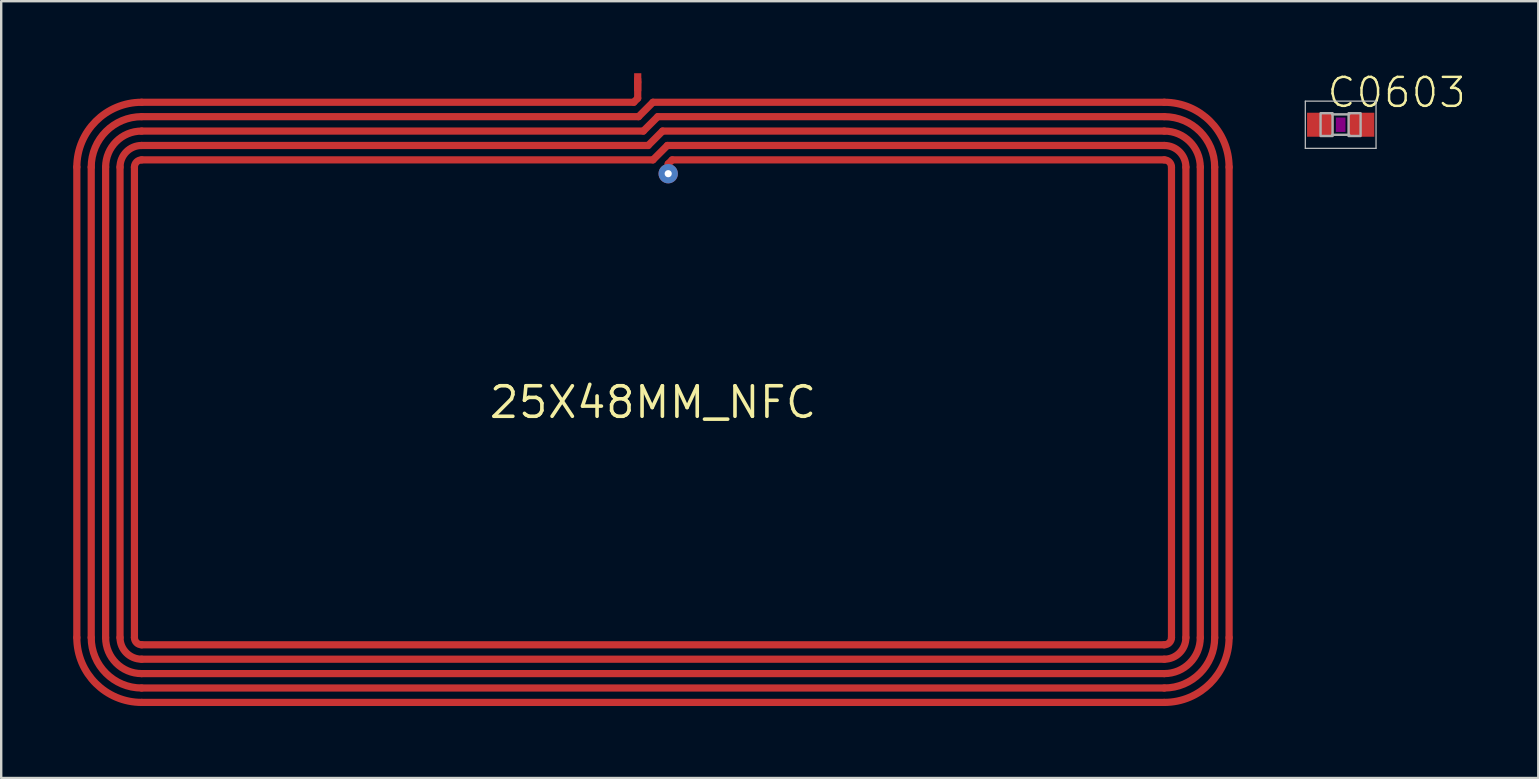
<source format=kicad_pcb>
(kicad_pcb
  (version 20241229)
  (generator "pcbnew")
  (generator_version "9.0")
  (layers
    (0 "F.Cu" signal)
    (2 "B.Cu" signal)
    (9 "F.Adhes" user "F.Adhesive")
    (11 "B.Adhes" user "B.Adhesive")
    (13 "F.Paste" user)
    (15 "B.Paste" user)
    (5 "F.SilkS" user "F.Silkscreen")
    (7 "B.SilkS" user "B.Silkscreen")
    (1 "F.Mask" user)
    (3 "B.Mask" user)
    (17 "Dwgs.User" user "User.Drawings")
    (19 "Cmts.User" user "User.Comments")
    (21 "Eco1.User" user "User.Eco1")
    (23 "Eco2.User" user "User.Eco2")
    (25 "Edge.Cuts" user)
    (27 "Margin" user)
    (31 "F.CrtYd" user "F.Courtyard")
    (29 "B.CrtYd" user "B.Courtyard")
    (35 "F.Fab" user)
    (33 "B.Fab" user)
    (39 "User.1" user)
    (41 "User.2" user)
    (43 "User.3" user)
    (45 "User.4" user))
  (footprint "25X48MM_NFC"
    (layer "F.Cu")
    (at 24.15 13.71)
    (property "Reference" "25X48MM_NFC" (at 0 0 0) (layer "F.SilkS") (effects (font (size 1.27 1.27) (thickness 0.15))))
    (attr through_hole)
    (fp_line (start -24 -9.8) (end -24 9.8) (stroke (width 0.3) (type solid)) (layer "F.Cu"))
    (fp_line (start -23.4 -9.8) (end -23.4 9.8) (stroke (width 0.3) (type solid)) (layer "F.Cu"))
    (fp_line (start -22.8 -9.8) (end -22.8 9.8) (stroke (width 0.3) (type solid)) (layer "F.Cu"))
    (fp_line (start -22.2 -9.8) (end -22.2 9.8) (stroke (width 0.3) (type solid)) (layer "F.Cu"))
    (fp_line (start -21.6 -9.8) (end -21.6 9.8) (stroke (width 0.3) (type solid)) (layer "F.Cu"))
    (fp_line (start -21.3 -11.9) (end -0.6 -11.9) (stroke (width 0.3) (type solid)) (layer "F.Cu"))
    (fp_line (start -21.3 -11.3) (end -0.4 -11.3) (stroke (width 0.3) (type solid)) (layer "F.Cu"))
    (fp_line (start -21.3 -10.7) (end -0.2 -10.7) (stroke (width 0.3) (type solid)) (layer "F.Cu"))
    (fp_line (start -21.3 -10.1) (end 0 -10.1) (stroke (width 0.3) (type solid)) (layer "F.Cu"))
    (fp_line (start -21.3 10.1) (end 21.3 10.1) (stroke (width 0.3) (type solid)) (layer "F.Cu"))
    (fp_line (start -21.3 10.7) (end 21.3 10.7) (stroke (width 0.3) (type solid)) (layer "F.Cu"))
    (fp_line (start -21.3 11.3) (end 21.3 11.3) (stroke (width 0.3) (type solid)) (layer "F.Cu"))
    (fp_line (start -21.3 11.9) (end 21.3 11.9) (stroke (width 0.3) (type solid)) (layer "F.Cu"))
    (fp_line (start -21.3 12.5) (end 21.3 12.5) (stroke (width 0.3) (type solid)) (layer "F.Cu"))
    (fp_line (start -0.8 -12.5) (end -21.3 -12.5) (stroke (width 0.3) (type solid)) (layer "F.Cu"))
    (fp_line (start -0.635 -13.462) (end -0.635 -13.335) (stroke (width 0.3) (type solid)) (layer "F.Cu"))
    (fp_line (start -0.635 -13.335) (end -0.635 -12.665) (stroke (width 0.3) (type solid)) (layer "F.Cu"))
    (fp_line (start -0.635 -12.665) (end -0.8 -12.5) (stroke (width 0.3) (type solid)) (layer "F.Cu"))
    (fp_line (start -0.6 -11.9) (end 0 -12.5) (stroke (width 0.3) (type solid)) (layer "F.Cu"))
    (fp_line (start -0.4 -11.3) (end 0.2 -11.9) (stroke (width 0.3) (type solid)) (layer "F.Cu"))
    (fp_line (start -0.2 -10.7) (end 0.4 -11.3) (stroke (width 0.3) (type solid)) (layer "F.Cu"))
    (fp_line (start 0 -12.5) (end 21.3 -12.5) (stroke (width 0.3) (type solid)) (layer "F.Cu"))
    (fp_line (start 0 -10.1) (end 0.6 -10.7) (stroke (width 0.3) (type solid)) (layer "F.Cu"))
    (fp_line (start 0.2 -11.9) (end 21.3 -11.9) (stroke (width 0.3) (type solid)) (layer "F.Cu"))
    (fp_line (start 0.4 -11.3) (end 21.3 -11.3) (stroke (width 0.3) (type solid)) (layer "F.Cu"))
    (fp_line (start 0.635 -9.935) (end 0.8 -10.1) (stroke (width 0.3) (type solid)) (layer "F.Cu"))
    (fp_line (start 0.635 -9.525) (end 0.635 -9.935) (stroke (width 0.3) (type solid)) (layer "F.Cu"))
    (fp_line (start 21.3 -10.7) (end 0.6 -10.7) (stroke (width 0.3) (type solid)) (layer "F.Cu"))
    (fp_line (start 21.3 -10.1) (end 0.8 -10.1) (stroke (width 0.3) (type solid)) (layer "F.Cu"))
    (fp_line (start 21.6 -9.8) (end 21.6 9.8) (stroke (width 0.3) (type solid)) (layer "F.Cu"))
    (fp_line (start 22.2 -9.8) (end 22.2 9.8) (stroke (width 0.3) (type solid)) (layer "F.Cu"))
    (fp_line (start 22.8 -9.8) (end 22.8 9.8) (stroke (width 0.3) (type solid)) (layer "F.Cu"))
    (fp_line (start 23.4 -9.8) (end 23.4 9.8) (stroke (width 0.3) (type solid)) (layer "F.Cu"))
    (fp_line (start 24 -9.8) (end 24 9.8) (stroke (width 0.3) (type solid)) (layer "F.Cu"))
    (fp_arc (start -24 -9.8) (mid -23.209188 -11.709188) (end -21.3 -12.5) (stroke (width 0.3) (type solid)) (layer "F.Cu"))
    (fp_arc (start -23.4 -9.8) (mid -22.784924 -11.284924) (end -21.3 -11.9) (stroke (width 0.3) (type solid)) (layer "F.Cu"))
    (fp_arc (start -22.8 -9.8) (mid -22.36066 -10.86066) (end -21.3 -11.3) (stroke (width 0.3) (type solid)) (layer "F.Cu"))
    (fp_arc (start -22.2 -9.8) (mid -21.936396 -10.436396) (end -21.3 -10.7) (stroke (width 0.3) (type solid)) (layer "F.Cu"))
    (fp_arc (start -21.6 -9.8) (mid -21.512132 -10.012132) (end -21.3 -10.1) (stroke (width 0.3) (type solid)) (layer "F.Cu"))
    (fp_arc (start -21.3 10.1) (mid -21.512132 10.012132) (end -21.6 9.8) (stroke (width 0.3) (type solid)) (layer "F.Cu"))
    (fp_arc (start -21.3 10.7) (mid -21.936396 10.436396) (end -22.2 9.8) (stroke (width 0.3) (type solid)) (layer "F.Cu"))
    (fp_arc (start -21.3 11.3) (mid -22.36066 10.86066) (end -22.8 9.8) (stroke (width 0.3) (type solid)) (layer "F.Cu"))
    (fp_arc (start -21.3 11.9) (mid -22.784924 11.284924) (end -23.4 9.8) (stroke (width 0.3) (type solid)) (layer "F.Cu"))
    (fp_arc (start -21.3 12.5) (mid -23.209188 11.709188) (end -24 9.8) (stroke (width 0.3) (type solid)) (layer "F.Cu"))
    (fp_arc (start 21.3 -12.5) (mid 23.209188 -11.709188) (end 24 -9.8) (stroke (width 0.3) (type solid)) (layer "F.Cu"))
    (fp_arc (start 21.3 -11.9) (mid 22.784924 -11.284924) (end 23.4 -9.8) (stroke (width 0.3) (type solid)) (layer "F.Cu"))
    (fp_arc (start 21.3 -11.3) (mid 22.36066 -10.86066) (end 22.8 -9.8) (stroke (width 0.3) (type solid)) (layer "F.Cu"))
    (fp_arc (start 21.3 -10.7) (mid 21.936396 -10.436396) (end 22.2 -9.8) (stroke (width 0.3) (type solid)) (layer "F.Cu"))
    (fp_arc (start 21.3 -10.1) (mid 21.512132 -10.012132) (end 21.6 -9.8) (stroke (width 0.3) (type solid)) (layer "F.Cu"))
    (fp_arc (start 21.6 9.8) (mid 21.512132 10.012132) (end 21.3 10.1) (stroke (width 0.3) (type solid)) (layer "F.Cu"))
    (fp_arc (start 22.2 9.8) (mid 21.936396 10.436396) (end 21.3 10.7) (stroke (width 0.3) (type solid)) (layer "F.Cu"))
    (fp_arc (start 22.8 9.8) (mid 22.36066 10.86066) (end 21.3 11.3) (stroke (width 0.3) (type solid)) (layer "F.Cu"))
    (fp_arc (start 23.4 9.8) (mid 22.784924 11.284924) (end 21.3 11.9) (stroke (width 0.3) (type solid)) (layer "F.Cu"))
    (fp_arc (start 24 9.8) (mid 23.209188 11.709188) (end 21.3 12.5) (stroke (width 0.3) (type solid)) (layer "F.Cu"))
    (pad "P$1" smd rect (at -0.635 -13.335 90) (size 0.75 0.3) (layers "F.Cu" "F.Mask" "F.Paste"))
    (pad "P$2" thru_hole circle (at 0.635 -9.525) (size 0.808 0.808) (drill 0.3) (layers "*.Cu" "*.Mask")))
  (footprint "C0603"
    (layer "F.Cu")
    (at 52.798 2.146)
    (property "Reference" "C0603" (at -0.635 -0.635 0) (layer "F.SilkS") (effects (font (size 1.206 1.206) (thickness 0.102)) (justify left bottom)))
    (attr through_hole)
    (fp_poly (pts (xy -0.2 0.3) (xy 0.2 0.3) (xy 0.2 -0.3) (xy -0.2 -0.3)) (stroke (width 0) (type solid)) (fill yes) (layer "F.Adhes"))
    (fp_line (start -1.473 -0.983) (end 1.473 -0.983) (stroke (width 0.051) (type solid)) (layer "Dwgs.User"))
    (fp_line (start -1.473 0.983) (end -1.473 -0.983) (stroke (width 0.051) (type solid)) (layer "Dwgs.User"))
    (fp_line (start 1.473 -0.983) (end 1.473 0.983) (stroke (width 0.051) (type solid)) (layer "Dwgs.User"))
    (fp_line (start 1.473 0.983) (end -1.473 0.983) (stroke (width 0.051) (type solid)) (layer "Dwgs.User"))
    (fp_line (start -0.356 -0.432) (end 0.356 -0.432) (stroke (width 0.102) (type solid)) (layer "F.Fab"))
    (fp_line (start -0.356 0.419) (end 0.356 0.419) (stroke (width 0.102) (type solid)) (layer "F.Fab"))
    (fp_poly (pts (xy -0.838 0.47) (xy -0.338 0.47) (xy -0.338 -0.48) (xy -0.838 -0.48)) (stroke (width 0.1) (type solid)) (fill no) (layer "F.Fab"))
    (fp_poly (pts (xy 0.33 0.47) (xy 0.83 0.47) (xy 0.83 -0.48) (xy 0.33 -0.48)) (stroke (width 0.1) (type solid)) (fill no) (layer "F.Fab"))
    (pad "1" smd rect (at -0.85 0) (size 1.1 1) (layers "F.Cu" "F.Mask" "F.Paste"))
    (pad "2" smd rect (at 0.85 0) (size 1.1 1) (layers "F.Cu" "F.Mask" "F.Paste")))
  (gr_rect
    (start -3 -3)
    (end 61.03 29.36)
    (stroke (width 0.1) (type default))
    (fill no)
    (layer "Edge.Cuts")))
</source>
